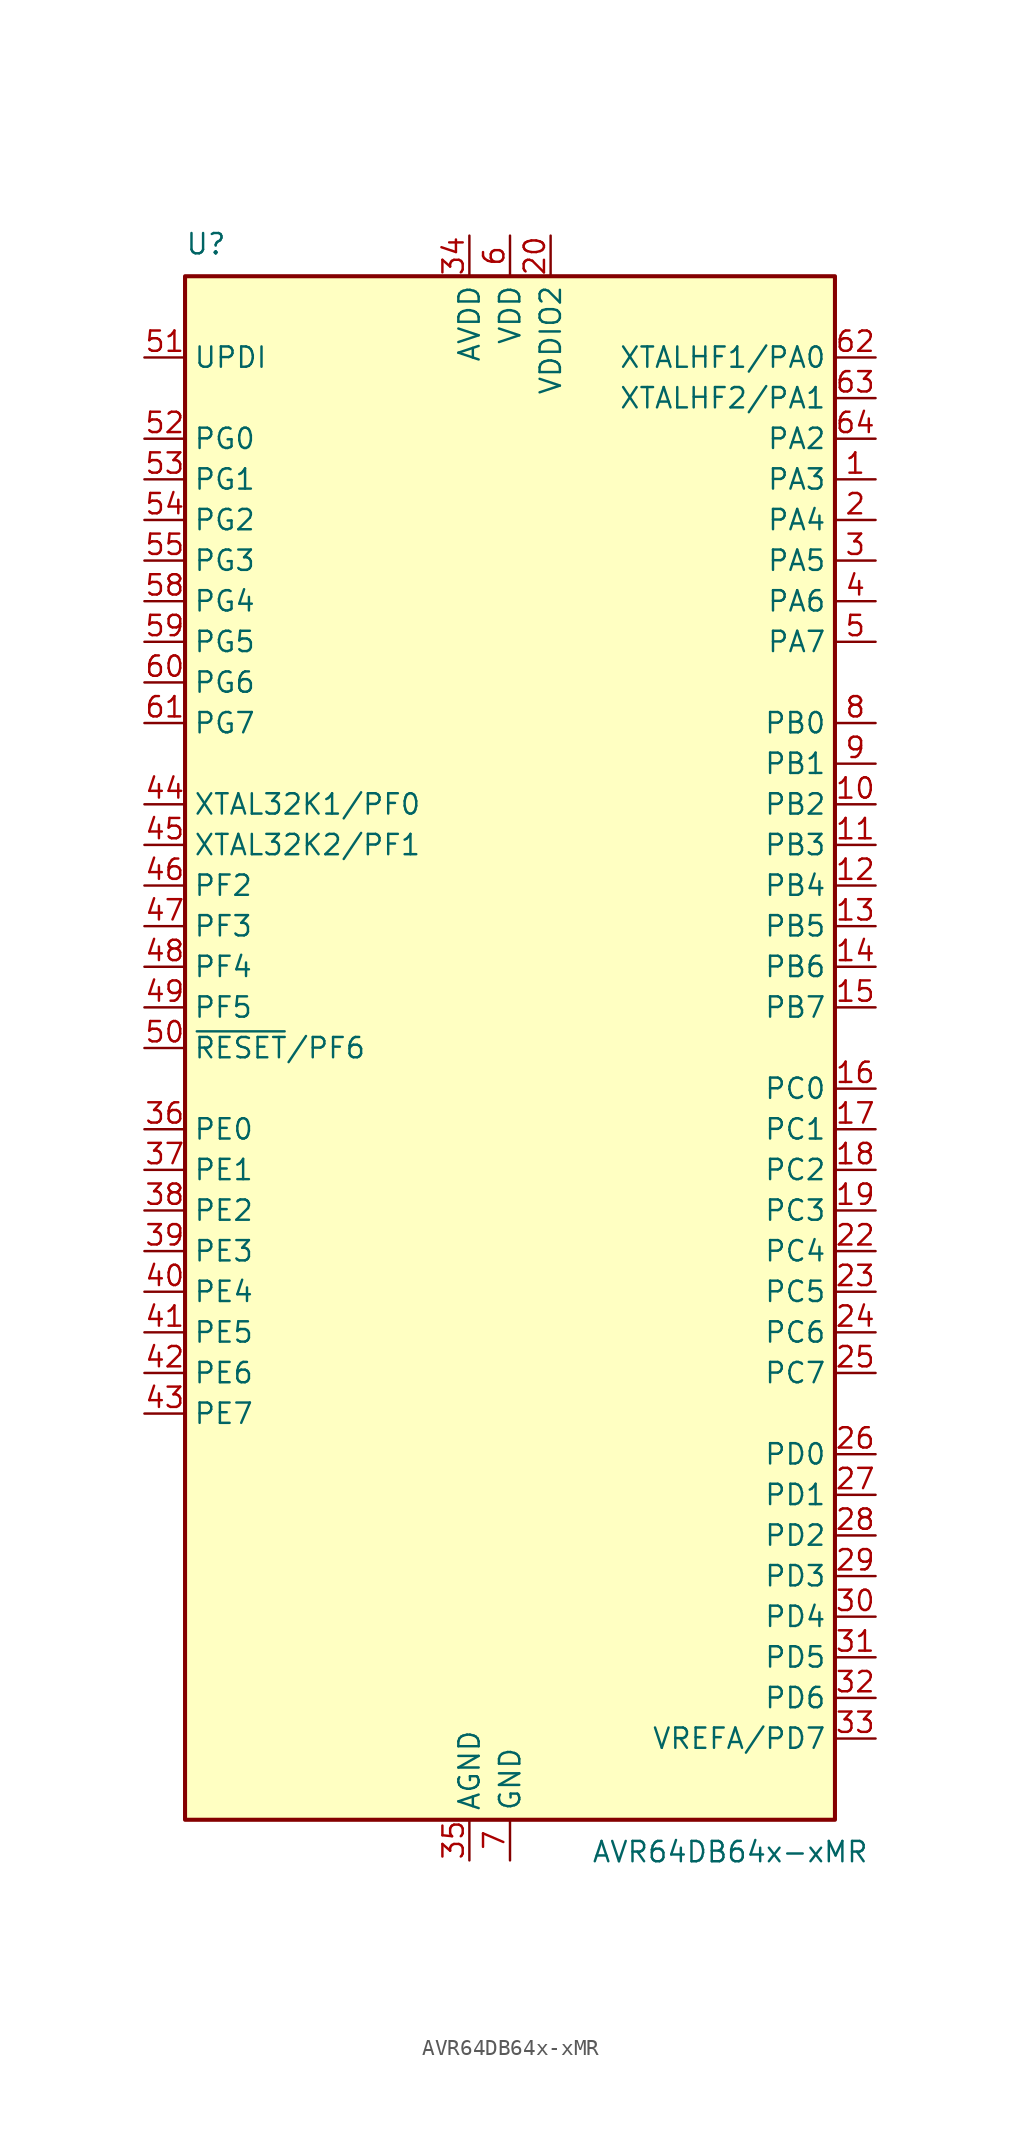
<source format=kicad_sym>
(kicad_symbol_lib
  (version 20241209)
  (generator "kicad_symbol_editor")
  (generator_version "9.0")
  (symbol "AVR64DB64x-xMR"
    (property "Reference" "U"
      (at -20.32 49.53 0)
      (effects (font (size 1.27 1.27)) (justify left bottom)))
    (property "Value" "AVR64DB64x-xMR"
      (at 5.08 -49.53 0)
      (effects (font (size 1.27 1.27)) (justify left top)))
    (symbol "AVR64DB64x-xMR_0_1"
      (rectangle (start -20.32 48.26) (end 20.32 -48.26) (stroke (width 0.254) (type default)) (fill (type background))))
    (symbol "AVR64DB64x-xMR_1_1"
      (pin input line (at -22.86 43.18 0) (length 2.54) (name "UPDI" (effects (font (size 1.27 1.27)))) (number "51" (effects (font (size 1.27 1.27)))))
      (pin bidirectional line (at -22.86 38.1 0) (length 2.54) (name "PG0" (effects (font (size 1.27 1.27)))) (number "52" (effects (font (size 1.27 1.27)))))
      (pin bidirectional line (at -22.86 35.56 0) (length 2.54) (name "PG1" (effects (font (size 1.27 1.27)))) (number "53" (effects (font (size 1.27 1.27)))))
      (pin bidirectional line (at -22.86 33.02 0) (length 2.54) (name "PG2" (effects (font (size 1.27 1.27)))) (number "54" (effects (font (size 1.27 1.27)))))
      (pin bidirectional line (at -22.86 30.48 0) (length 2.54) (name "PG3" (effects (font (size 1.27 1.27)))) (number "55" (effects (font (size 1.27 1.27)))))
      (pin bidirectional line (at -22.86 27.94 0) (length 2.54) (name "PG4" (effects (font (size 1.27 1.27)))) (number "58" (effects (font (size 1.27 1.27)))))
      (pin bidirectional line (at -22.86 25.4 0) (length 2.54) (name "PG5" (effects (font (size 1.27 1.27)))) (number "59" (effects (font (size 1.27 1.27)))))
      (pin bidirectional line (at -22.86 22.86 0) (length 2.54) (name "PG6" (effects (font (size 1.27 1.27)))) (number "60" (effects (font (size 1.27 1.27)))))
      (pin bidirectional line (at -22.86 20.32 0) (length 2.54) (name "PG7" (effects (font (size 1.27 1.27)))) (number "61" (effects (font (size 1.27 1.27)))))
      (pin bidirectional line (at -22.86 15.24 0) (length 2.54) (name "XTAL32K1/PF0" (effects (font (size 1.27 1.27)))) (number "44" (effects (font (size 1.27 1.27)))))
      (pin bidirectional line (at -22.86 12.7 0) (length 2.54) (name "XTAL32K2/PF1" (effects (font (size 1.27 1.27)))) (number "45" (effects (font (size 1.27 1.27)))))
      (pin bidirectional line (at -22.86 10.16 0) (length 2.54) (name "PF2" (effects (font (size 1.27 1.27)))) (number "46" (effects (font (size 1.27 1.27)))))
      (pin bidirectional line (at -22.86 7.62 0) (length 2.54) (name "PF3" (effects (font (size 1.27 1.27)))) (number "47" (effects (font (size 1.27 1.27)))))
      (pin bidirectional line (at -22.86 5.08 0) (length 2.54) (name "PF4" (effects (font (size 1.27 1.27)))) (number "48" (effects (font (size 1.27 1.27)))))
      (pin bidirectional line (at -22.86 2.54 0) (length 2.54) (name "PF5" (effects (font (size 1.27 1.27)))) (number "49" (effects (font (size 1.27 1.27)))))
      (pin bidirectional line (at -22.86 0 0) (length 2.54) (name "~{RESET}/PF6" (effects (font (size 1.27 1.27)))) (number "50" (effects (font (size 1.27 1.27)))))
      (pin bidirectional line (at -22.86 -5.08 0) (length 2.54) (name "PE0" (effects (font (size 1.27 1.27)))) (number "36" (effects (font (size 1.27 1.27)))))
      (pin bidirectional line (at -22.86 -7.62 0) (length 2.54) (name "PE1" (effects (font (size 1.27 1.27)))) (number "37" (effects (font (size 1.27 1.27)))))
      (pin bidirectional line (at -22.86 -10.16 0) (length 2.54) (name "PE2" (effects (font (size 1.27 1.27)))) (number "38" (effects (font (size 1.27 1.27)))))
      (pin bidirectional line (at -22.86 -12.7 0) (length 2.54) (name "PE3" (effects (font (size 1.27 1.27)))) (number "39" (effects (font (size 1.27 1.27)))))
      (pin bidirectional line (at -22.86 -15.24 0) (length 2.54) (name "PE4" (effects (font (size 1.27 1.27)))) (number "40" (effects (font (size 1.27 1.27)))))
      (pin bidirectional line (at -22.86 -17.78 0) (length 2.54) (name "PE5" (effects (font (size 1.27 1.27)))) (number "41" (effects (font (size 1.27 1.27)))))
      (pin bidirectional line (at -22.86 -20.32 0) (length 2.54) (name "PE6" (effects (font (size 1.27 1.27)))) (number "42" (effects (font (size 1.27 1.27)))))
      (pin bidirectional line (at -22.86 -22.86 0) (length 2.54) (name "PE7" (effects (font (size 1.27 1.27)))) (number "43" (effects (font (size 1.27 1.27)))))
      (pin power_in line (at -2.54 50.8 270) (length 2.54) (name "AVDD" (effects (font (size 1.27 1.27)))) (number "34" (effects (font (size 1.27 1.27)))))
      (pin power_in line (at -2.54 -50.8 90) (length 2.54) (name "AGND" (effects (font (size 1.27 1.27)))) (number "35" (effects (font (size 1.27 1.27)))))
      (pin passive line (at 0 50.8 270) (length 2.54) (hide yes) (name "VDD" (effects (font (size 1.27 1.27)))) (number "56" (effects (font (size 1.27 1.27)))))
      (pin power_in line (at 0 50.8 270) (length 2.54) (name "VDD" (effects (font (size 1.27 1.27)))) (number "6" (effects (font (size 1.27 1.27)))))
      (pin passive line (at 0 -50.8 90) (length 2.54) (hide yes) (name "GND" (effects (font (size 1.27 1.27)))) (number "21" (effects (font (size 1.27 1.27)))))
      (pin passive line (at 0 -50.8 90) (length 2.54) (hide yes) (name "GND" (effects (font (size 1.27 1.27)))) (number "57" (effects (font (size 1.27 1.27)))))
      (pin passive line (at 0 -50.8 90) (length 2.54) (hide yes) (name "GND" (effects (font (size 1.27 1.27)))) (number "65" (effects (font (size 1.27 1.27)))))
      (pin power_in line (at 0 -50.8 90) (length 2.54) (name "GND" (effects (font (size 1.27 1.27)))) (number "7" (effects (font (size 1.27 1.27)))))
      (pin power_in line (at 2.54 50.8 270) (length 2.54) (name "VDDIO2" (effects (font (size 1.27 1.27)))) (number "20" (effects (font (size 1.27 1.27)))))
      (pin bidirectional line (at 22.86 43.18 180) (length 2.54) (name "XTALHF1/PA0" (effects (font (size 1.27 1.27)))) (number "62" (effects (font (size 1.27 1.27)))))
      (pin bidirectional line (at 22.86 40.64 180) (length 2.54) (name "XTALHF2/PA1" (effects (font (size 1.27 1.27)))) (number "63" (effects (font (size 1.27 1.27)))))
      (pin bidirectional line (at 22.86 38.1 180) (length 2.54) (name "PA2" (effects (font (size 1.27 1.27)))) (number "64" (effects (font (size 1.27 1.27)))))
      (pin bidirectional line (at 22.86 35.56 180) (length 2.54) (name "PA3" (effects (font (size 1.27 1.27)))) (number "1" (effects (font (size 1.27 1.27)))))
      (pin bidirectional line (at 22.86 33.02 180) (length 2.54) (name "PA4" (effects (font (size 1.27 1.27)))) (number "2" (effects (font (size 1.27 1.27)))))
      (pin bidirectional line (at 22.86 30.48 180) (length 2.54) (name "PA5" (effects (font (size 1.27 1.27)))) (number "3" (effects (font (size 1.27 1.27)))))
      (pin bidirectional line (at 22.86 27.94 180) (length 2.54) (name "PA6" (effects (font (size 1.27 1.27)))) (number "4" (effects (font (size 1.27 1.27)))))
      (pin bidirectional line (at 22.86 25.4 180) (length 2.54) (name "PA7" (effects (font (size 1.27 1.27)))) (number "5" (effects (font (size 1.27 1.27)))))
      (pin bidirectional line (at 22.86 20.32 180) (length 2.54) (name "PB0" (effects (font (size 1.27 1.27)))) (number "8" (effects (font (size 1.27 1.27)))))
      (pin bidirectional line (at 22.86 17.78 180) (length 2.54) (name "PB1" (effects (font (size 1.27 1.27)))) (number "9" (effects (font (size 1.27 1.27)))))
      (pin bidirectional line (at 22.86 15.24 180) (length 2.54) (name "PB2" (effects (font (size 1.27 1.27)))) (number "10" (effects (font (size 1.27 1.27)))))
      (pin bidirectional line (at 22.86 12.7 180) (length 2.54) (name "PB3" (effects (font (size 1.27 1.27)))) (number "11" (effects (font (size 1.27 1.27)))))
      (pin bidirectional line (at 22.86 10.16 180) (length 2.54) (name "PB4" (effects (font (size 1.27 1.27)))) (number "12" (effects (font (size 1.27 1.27)))))
      (pin bidirectional line (at 22.86 7.62 180) (length 2.54) (name "PB5" (effects (font (size 1.27 1.27)))) (number "13" (effects (font (size 1.27 1.27)))))
      (pin bidirectional line (at 22.86 5.08 180) (length 2.54) (name "PB6" (effects (font (size 1.27 1.27)))) (number "14" (effects (font (size 1.27 1.27)))))
      (pin bidirectional line (at 22.86 2.54 180) (length 2.54) (name "PB7" (effects (font (size 1.27 1.27)))) (number "15" (effects (font (size 1.27 1.27)))))
      (pin bidirectional line (at 22.86 -2.54 180) (length 2.54) (name "PC0" (effects (font (size 1.27 1.27)))) (number "16" (effects (font (size 1.27 1.27)))))
      (pin bidirectional line (at 22.86 -5.08 180) (length 2.54) (name "PC1" (effects (font (size 1.27 1.27)))) (number "17" (effects (font (size 1.27 1.27)))))
      (pin bidirectional line (at 22.86 -7.62 180) (length 2.54) (name "PC2" (effects (font (size 1.27 1.27)))) (number "18" (effects (font (size 1.27 1.27)))))
      (pin bidirectional line (at 22.86 -10.16 180) (length 2.54) (name "PC3" (effects (font (size 1.27 1.27)))) (number "19" (effects (font (size 1.27 1.27)))))
      (pin bidirectional line (at 22.86 -12.7 180) (length 2.54) (name "PC4" (effects (font (size 1.27 1.27)))) (number "22" (effects (font (size 1.27 1.27)))))
      (pin bidirectional line (at 22.86 -15.24 180) (length 2.54) (name "PC5" (effects (font (size 1.27 1.27)))) (number "23" (effects (font (size 1.27 1.27)))))
      (pin bidirectional line (at 22.86 -17.78 180) (length 2.54) (name "PC6" (effects (font (size 1.27 1.27)))) (number "24" (effects (font (size 1.27 1.27)))))
      (pin bidirectional line (at 22.86 -20.32 180) (length 2.54) (name "PC7" (effects (font (size 1.27 1.27)))) (number "25" (effects (font (size 1.27 1.27)))))
      (pin bidirectional line (at 22.86 -25.4 180) (length 2.54) (name "PD0" (effects (font (size 1.27 1.27)))) (number "26" (effects (font (size 1.27 1.27)))))
      (pin bidirectional line (at 22.86 -27.94 180) (length 2.54) (name "PD1" (effects (font (size 1.27 1.27)))) (number "27" (effects (font (size 1.27 1.27)))))
      (pin bidirectional line (at 22.86 -30.48 180) (length 2.54) (name "PD2" (effects (font (size 1.27 1.27)))) (number "28" (effects (font (size 1.27 1.27)))))
      (pin bidirectional line (at 22.86 -33.02 180) (length 2.54) (name "PD3" (effects (font (size 1.27 1.27)))) (number "29" (effects (font (size 1.27 1.27)))))
      (pin bidirectional line (at 22.86 -35.56 180) (length 2.54) (name "PD4" (effects (font (size 1.27 1.27)))) (number "30" (effects (font (size 1.27 1.27)))))
      (pin bidirectional line (at 22.86 -38.1 180) (length 2.54) (name "PD5" (effects (font (size 1.27 1.27)))) (number "31" (effects (font (size 1.27 1.27)))))
      (pin bidirectional line (at 22.86 -40.64 180) (length 2.54) (name "PD6" (effects (font (size 1.27 1.27)))) (number "32" (effects (font (size 1.27 1.27)))))
      (pin bidirectional line (at 22.86 -43.18 180) (length 2.54) (name "VREFA/PD7" (effects (font (size 1.27 1.27)))) (number "33" (effects (font (size 1.27 1.27))))))))
</source>
